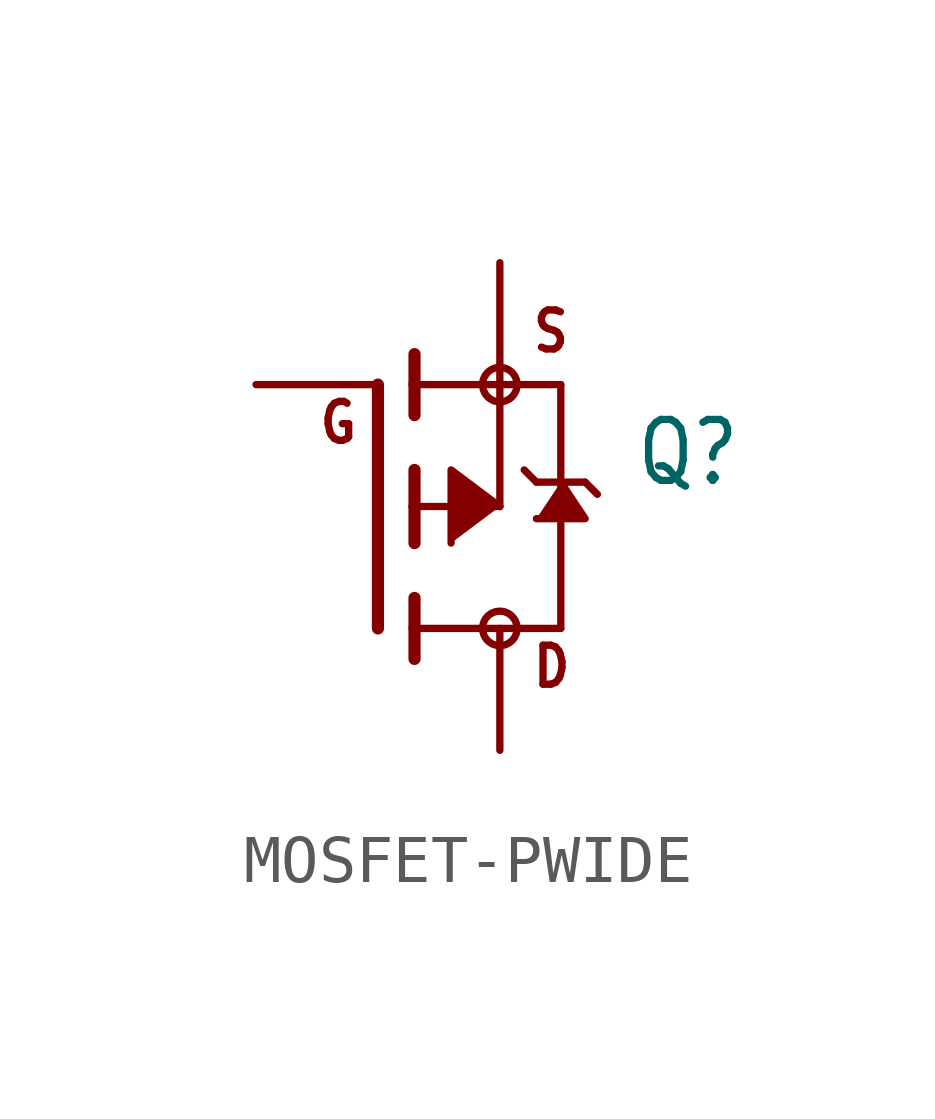
<source format=kicad_sym>
(kicad_symbol_lib
  (version 20231120)
  (generator "kicad_symbol_editor")
  (generator_version "8.0")
  (symbol "MOSFET-PWIDE"
    (property "Reference" "Q"
      (at 2.794 0.381 0)
      (effects (font (size 1.27 1.079)) (justify left bottom)))
    (property "Value" ""
      (at 2.794 -1.905 0)
      (effects (font (size 1.27 1.079)) (justify left bottom)))
    (property "ki_locked" ""
      (at 0 0 0)
      (effects (font (size 1.27 1.27))))
    (symbol "MOSFET-PWIDE_1_0"
      (circle (center 0 -2.54) (radius 0.359) (stroke (width 0) (type solid)) (fill (type none)))
      (polyline (pts (xy -2.54 -2.54) (xy -2.54 2.54)) (stroke (width 0.254) (type solid)) (fill (type none)))
      (polyline (pts (xy -1.778 -3.175) (xy -1.778 -2.54)) (stroke (width 0.254) (type solid)) (fill (type none)))
      (polyline (pts (xy -1.778 -2.54) (xy -1.778 -1.905)) (stroke (width 0.254) (type solid)) (fill (type none)))
      (polyline (pts (xy -1.778 -2.54) (xy 1.27 -2.54)) (stroke (width 0.152) (type solid)) (fill (type none)))
      (polyline (pts (xy -1.778 -0.762) (xy -1.778 0)) (stroke (width 0.254) (type solid)) (fill (type none)))
      (polyline (pts (xy -1.778 0) (xy -1.778 0.762)) (stroke (width 0.254) (type solid)) (fill (type none)))
      (polyline (pts (xy -1.778 0) (xy 0 0)) (stroke (width 0.152) (type solid)) (fill (type none)))
      (polyline (pts (xy -1.778 1.905) (xy -1.778 2.54)) (stroke (width 0.254) (type solid)) (fill (type none)))
      (polyline (pts (xy -1.778 2.54) (xy -1.778 3.175)) (stroke (width 0.254) (type solid)) (fill (type none)))
      (polyline (pts (xy 0 0) (xy 0 2.54)) (stroke (width 0.152) (type solid)) (fill (type none)))
      (polyline (pts (xy 0 2.54) (xy -1.778 2.54)) (stroke (width 0.152) (type solid)) (fill (type none)))
      (polyline (pts (xy 0 2.54) (xy 1.27 2.54)) (stroke (width 0.152) (type solid)) (fill (type none)))
      (polyline (pts (xy 0.508 0.762) (xy 0.762 0.508)) (stroke (width 0.152) (type solid)) (fill (type none)))
      (polyline (pts (xy 0.762 0.508) (xy 1.27 0.508)) (stroke (width 0.152) (type solid)) (fill (type none)))
      (polyline (pts (xy 1.27 -2.54) (xy 1.27 0.508)) (stroke (width 0.152) (type solid)) (fill (type none)))
      (polyline (pts (xy 1.27 0.508) (xy 1.27 2.54)) (stroke (width 0.152) (type solid)) (fill (type none)))
      (polyline (pts (xy 1.27 0.508) (xy 1.778 0.508)) (stroke (width 0.152) (type solid)) (fill (type none)))
      (polyline (pts (xy 1.778 0.508) (xy 2.032 0.254)) (stroke (width 0.152) (type solid)) (fill (type none)))
      (polyline (pts (xy 0 0) (xy -1.016 0.762) (xy -1.016 -0.762)) (stroke (width 0.152) (type solid)) (fill (type outline)))
      (polyline (pts (xy 1.27 0.508) (xy 1.778 -0.254) (xy 0.762 -0.254)) (stroke (width 0.152) (type solid)) (fill (type outline)))
      (circle (center 0 2.54) (radius 0.359) (stroke (width 0) (type solid)) (fill (type none)))
      (text "D" (at 0.635 -3.81 0) (effects (font (size 0.813 0.691)) (justify left bottom)))
      (text "G" (at -3.81 1.27 0) (effects (font (size 0.813 0.691)) (justify left bottom)))
      (text "S" (at 0.635 3.175 0) (effects (font (size 0.813 0.691)) (justify left bottom)))
      (pin passive line (at -5.08 2.54 0) (length 2.54) (name "G" (effects (font (size 0 0)))) (number "1" (effects (font (size 0 0)))))
      (pin passive line (at 0 5.08 270) (length 2.54) (name "S" (effects (font (size 0 0)))) (number "2" (effects (font (size 0 0)))))
      (pin passive line (at 0 -5.08 90) (length 2.54) (name "D" (effects (font (size 0 0)))) (number "3" (effects (font (size 0 0))))))))
</source>
